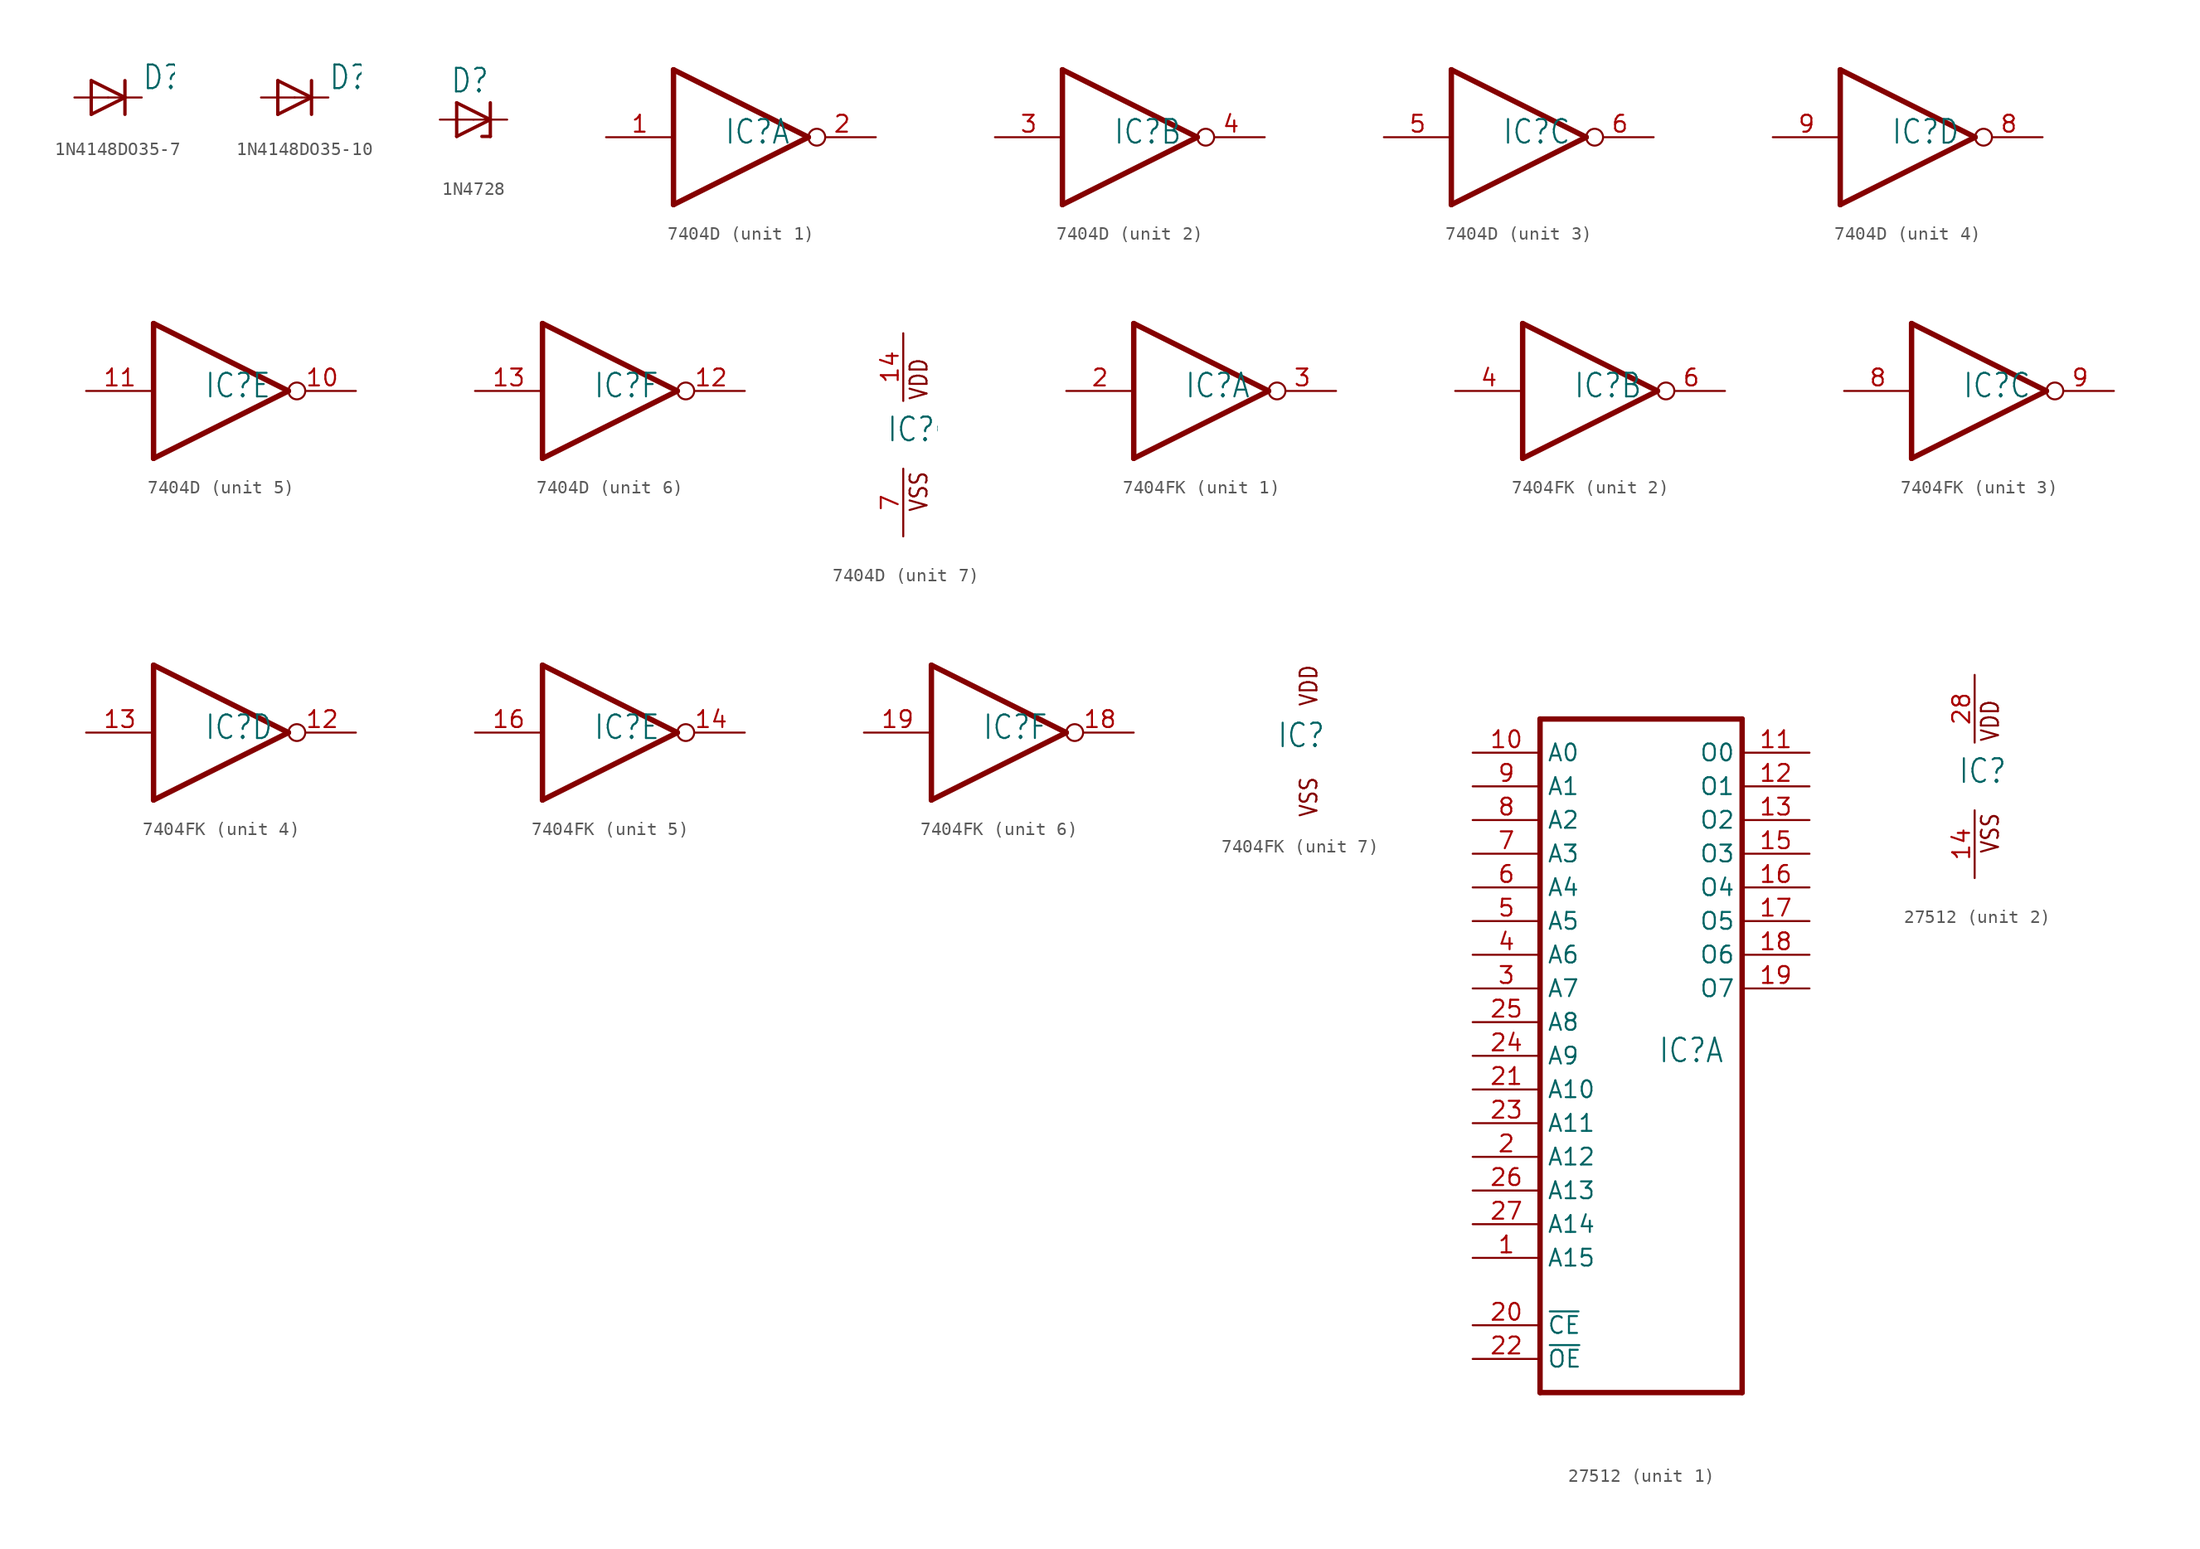
<source format=kicad_sym>
(kicad_symbol_lib
  (version 20220914)
  (generator kicad_symbol_editor)
  (symbol "1N4148DO35-7"
    (property "Reference" "D"
      (at 2.54 0.483 0)
      (effects (font (size 1.778 1.511)) (justify left bottom)))
    (property "Value" ""
      (at 2.54 -2.311 0)
      (effects (font (size 1.778 1.511)) (justify left bottom)))
    (property "ki_locked" ""
      (at 0 0 0)
      (effects (font (size 1.27 1.27))))
    (symbol "1N4148DO35-7_1_0"
      (polyline (pts (xy -1.27 -1.27) (xy 1.27 0)) (stroke (width 0.254) (type solid)) (fill (type none)))
      (polyline (pts (xy -1.27 1.27) (xy -1.27 -1.27)) (stroke (width 0.254) (type solid)) (fill (type none)))
      (polyline (pts (xy 1.27 0) (xy -1.27 1.27)) (stroke (width 0.254) (type solid)) (fill (type none)))
      (polyline (pts (xy 1.27 0) (xy 1.27 -1.27)) (stroke (width 0.254) (type solid)) (fill (type none)))
      (polyline (pts (xy 1.27 1.27) (xy 1.27 0)) (stroke (width 0.254) (type solid)) (fill (type none)))
      (pin passive line (at -2.54 0 0) (length 2.54) (name "A" (effects (font (size 0 0)))) (number "A" (effects (font (size 0 0)))))
      (pin passive line (at 2.54 0 180) (length 2.54) (name "C" (effects (font (size 0 0)))) (number "C" (effects (font (size 0 0)))))))
  (symbol "1N4148DO35-10"
    (property "Reference" "D"
      (at 2.54 0.483 0)
      (effects (font (size 1.778 1.511)) (justify left bottom)))
    (property "Value" ""
      (at 2.54 -2.311 0)
      (effects (font (size 1.778 1.511)) (justify left bottom)))
    (property "ki_locked" ""
      (at 0 0 0)
      (effects (font (size 1.27 1.27))))
    (symbol "1N4148DO35-10_1_0"
      (polyline (pts (xy -1.27 -1.27) (xy 1.27 0)) (stroke (width 0.254) (type solid)) (fill (type none)))
      (polyline (pts (xy -1.27 1.27) (xy -1.27 -1.27)) (stroke (width 0.254) (type solid)) (fill (type none)))
      (polyline (pts (xy 1.27 0) (xy -1.27 1.27)) (stroke (width 0.254) (type solid)) (fill (type none)))
      (polyline (pts (xy 1.27 0) (xy 1.27 -1.27)) (stroke (width 0.254) (type solid)) (fill (type none)))
      (polyline (pts (xy 1.27 1.27) (xy 1.27 0)) (stroke (width 0.254) (type solid)) (fill (type none)))
      (pin passive line (at -2.54 0 0) (length 2.54) (name "A" (effects (font (size 0 0)))) (number "A" (effects (font (size 0 0)))))
      (pin passive line (at 2.54 0 180) (length 2.54) (name "C" (effects (font (size 0 0)))) (number "C" (effects (font (size 0 0)))))))
  (symbol "1N4728"
    (property "Reference" "D"
      (at -1.778 1.905 0)
      (effects (font (size 1.778 1.511)) (justify left bottom)))
    (property "Value" ""
      (at -1.778 -3.429 0)
      (effects (font (size 1.778 1.511)) (justify left bottom)))
    (property "ki_locked" ""
      (at 0 0 0)
      (effects (font (size 1.27 1.27))))
    (symbol "1N4728_1_0"
      (polyline (pts (xy -1.27 -1.27) (xy 1.27 0)) (stroke (width 0.254) (type solid)) (fill (type none)))
      (polyline (pts (xy -1.27 1.27) (xy -1.27 -1.27)) (stroke (width 0.254) (type solid)) (fill (type none)))
      (polyline (pts (xy 1.27 -1.27) (xy 0.635 -1.27)) (stroke (width 0.254) (type solid)) (fill (type none)))
      (polyline (pts (xy 1.27 0) (xy -1.27 1.27)) (stroke (width 0.254) (type solid)) (fill (type none)))
      (polyline (pts (xy 1.27 0) (xy 1.27 -1.27)) (stroke (width 0.254) (type solid)) (fill (type none)))
      (polyline (pts (xy 1.27 1.27) (xy 1.27 0)) (stroke (width 0.254) (type solid)) (fill (type none)))
      (pin passive line (at -2.54 0 0) (length 2.54) (name "A" (effects (font (size 0 0)))) (number "A" (effects (font (size 0 0)))))
      (pin passive line (at 2.54 0 180) (length 2.54) (name "C" (effects (font (size 0 0)))) (number "C" (effects (font (size 0 0)))))))
  (symbol "7404D"
    (property "Reference" "IC"
      (at -1.27 -0.635 0)
      (effects (font (size 1.778 1.511)) (justify left bottom)))
    (property "ki_locked" ""
      (at 0 0 0)
      (effects (font (size 1.27 1.27))))
    (symbol "7404D_1_0"
      (polyline (pts (xy -5.08 -5.08) (xy -5.08 5.08)) (stroke (width 0.406) (type solid)) (fill (type none)))
      (polyline (pts (xy -5.08 5.08) (xy 5.08 0)) (stroke (width 0.406) (type solid)) (fill (type none)))
      (polyline (pts (xy 5.08 0) (xy -5.08 -5.08)) (stroke (width 0.406) (type solid)) (fill (type none)))
      (pin input line (at -10.16 0 0) (length 5.08) (name "I" (effects (font (size 0 0)))) (number "1" (effects (font (size 1.27 1.27)))))
      (pin output inverted (at 10.16 0 180) (length 5.08) (name "O" (effects (font (size 0 0)))) (number "2" (effects (font (size 1.27 1.27))))))
    (symbol "7404D_2_0"
      (polyline (pts (xy -5.08 -5.08) (xy -5.08 5.08)) (stroke (width 0.406) (type solid)) (fill (type none)))
      (polyline (pts (xy -5.08 5.08) (xy 5.08 0)) (stroke (width 0.406) (type solid)) (fill (type none)))
      (polyline (pts (xy 5.08 0) (xy -5.08 -5.08)) (stroke (width 0.406) (type solid)) (fill (type none)))
      (pin input line (at -10.16 0 0) (length 5.08) (name "I" (effects (font (size 0 0)))) (number "3" (effects (font (size 1.27 1.27)))))
      (pin output inverted (at 10.16 0 180) (length 5.08) (name "O" (effects (font (size 0 0)))) (number "4" (effects (font (size 1.27 1.27))))))
    (symbol "7404D_3_0"
      (polyline (pts (xy -5.08 -5.08) (xy -5.08 5.08)) (stroke (width 0.406) (type solid)) (fill (type none)))
      (polyline (pts (xy -5.08 5.08) (xy 5.08 0)) (stroke (width 0.406) (type solid)) (fill (type none)))
      (polyline (pts (xy 5.08 0) (xy -5.08 -5.08)) (stroke (width 0.406) (type solid)) (fill (type none)))
      (pin input line (at -10.16 0 0) (length 5.08) (name "I" (effects (font (size 0 0)))) (number "5" (effects (font (size 1.27 1.27)))))
      (pin output inverted (at 10.16 0 180) (length 5.08) (name "O" (effects (font (size 0 0)))) (number "6" (effects (font (size 1.27 1.27))))))
    (symbol "7404D_4_0"
      (polyline (pts (xy -5.08 -5.08) (xy -5.08 5.08)) (stroke (width 0.406) (type solid)) (fill (type none)))
      (polyline (pts (xy -5.08 5.08) (xy 5.08 0)) (stroke (width 0.406) (type solid)) (fill (type none)))
      (polyline (pts (xy 5.08 0) (xy -5.08 -5.08)) (stroke (width 0.406) (type solid)) (fill (type none)))
      (pin output inverted (at 10.16 0 180) (length 5.08) (name "O" (effects (font (size 0 0)))) (number "8" (effects (font (size 1.27 1.27)))))
      (pin input line (at -10.16 0 0) (length 5.08) (name "I" (effects (font (size 0 0)))) (number "9" (effects (font (size 1.27 1.27))))))
    (symbol "7404D_5_0"
      (polyline (pts (xy -5.08 -5.08) (xy -5.08 5.08)) (stroke (width 0.406) (type solid)) (fill (type none)))
      (polyline (pts (xy -5.08 5.08) (xy 5.08 0)) (stroke (width 0.406) (type solid)) (fill (type none)))
      (polyline (pts (xy 5.08 0) (xy -5.08 -5.08)) (stroke (width 0.406) (type solid)) (fill (type none)))
      (pin output inverted (at 10.16 0 180) (length 5.08) (name "O" (effects (font (size 0 0)))) (number "10" (effects (font (size 1.27 1.27)))))
      (pin input line (at -10.16 0 0) (length 5.08) (name "I" (effects (font (size 0 0)))) (number "11" (effects (font (size 1.27 1.27))))))
    (symbol "7404D_6_0"
      (polyline (pts (xy -5.08 -5.08) (xy -5.08 5.08)) (stroke (width 0.406) (type solid)) (fill (type none)))
      (polyline (pts (xy -5.08 5.08) (xy 5.08 0)) (stroke (width 0.406) (type solid)) (fill (type none)))
      (polyline (pts (xy 5.08 0) (xy -5.08 -5.08)) (stroke (width 0.406) (type solid)) (fill (type none)))
      (pin output inverted (at 10.16 0 180) (length 5.08) (name "O" (effects (font (size 0 0)))) (number "12" (effects (font (size 1.27 1.27)))))
      (pin input line (at -10.16 0 0) (length 5.08) (name "I" (effects (font (size 0 0)))) (number "13" (effects (font (size 1.27 1.27))))))
    (symbol "7404D_7_0"
      (text "VDD" (at 1.905 2.54 900) (effects (font (size 1.27 1.079)) (justify left bottom)))
      (text "VSS" (at 1.905 -5.842 900) (effects (font (size 1.27 1.079)) (justify left bottom)))
      (pin power_in line (at 0 7.62 270) (length 5.08) (name "VDD" (effects (font (size 0 0)))) (number "14" (effects (font (size 1.27 1.27)))))
      (pin power_in line (at 0 -7.62 90) (length 5.08) (name "VSS" (effects (font (size 0 0)))) (number "7" (effects (font (size 1.27 1.27)))))))
  (symbol "7404FK"
    (property "Reference" "IC"
      (at -1.27 -0.635 0)
      (effects (font (size 1.778 1.511)) (justify left bottom)))
    (property "ki_locked" ""
      (at 0 0 0)
      (effects (font (size 1.27 1.27))))
    (symbol "7404FK_1_0"
      (polyline (pts (xy -5.08 -5.08) (xy -5.08 5.08)) (stroke (width 0.406) (type solid)) (fill (type none)))
      (polyline (pts (xy -5.08 5.08) (xy 5.08 0)) (stroke (width 0.406) (type solid)) (fill (type none)))
      (polyline (pts (xy 5.08 0) (xy -5.08 -5.08)) (stroke (width 0.406) (type solid)) (fill (type none)))
      (pin input line (at -10.16 0 0) (length 5.08) (name "I" (effects (font (size 0 0)))) (number "2" (effects (font (size 1.27 1.27)))))
      (pin output inverted (at 10.16 0 180) (length 5.08) (name "O" (effects (font (size 0 0)))) (number "3" (effects (font (size 1.27 1.27))))))
    (symbol "7404FK_2_0"
      (polyline (pts (xy -5.08 -5.08) (xy -5.08 5.08)) (stroke (width 0.406) (type solid)) (fill (type none)))
      (polyline (pts (xy -5.08 5.08) (xy 5.08 0)) (stroke (width 0.406) (type solid)) (fill (type none)))
      (polyline (pts (xy 5.08 0) (xy -5.08 -5.08)) (stroke (width 0.406) (type solid)) (fill (type none)))
      (pin input line (at -10.16 0 0) (length 5.08) (name "I" (effects (font (size 0 0)))) (number "4" (effects (font (size 1.27 1.27)))))
      (pin output inverted (at 10.16 0 180) (length 5.08) (name "O" (effects (font (size 0 0)))) (number "6" (effects (font (size 1.27 1.27))))))
    (symbol "7404FK_3_0"
      (polyline (pts (xy -5.08 -5.08) (xy -5.08 5.08)) (stroke (width 0.406) (type solid)) (fill (type none)))
      (polyline (pts (xy -5.08 5.08) (xy 5.08 0)) (stroke (width 0.406) (type solid)) (fill (type none)))
      (polyline (pts (xy 5.08 0) (xy -5.08 -5.08)) (stroke (width 0.406) (type solid)) (fill (type none)))
      (pin input line (at -10.16 0 0) (length 5.08) (name "I" (effects (font (size 0 0)))) (number "8" (effects (font (size 1.27 1.27)))))
      (pin output inverted (at 10.16 0 180) (length 5.08) (name "O" (effects (font (size 0 0)))) (number "9" (effects (font (size 1.27 1.27))))))
    (symbol "7404FK_4_0"
      (polyline (pts (xy -5.08 -5.08) (xy -5.08 5.08)) (stroke (width 0.406) (type solid)) (fill (type none)))
      (polyline (pts (xy -5.08 5.08) (xy 5.08 0)) (stroke (width 0.406) (type solid)) (fill (type none)))
      (polyline (pts (xy 5.08 0) (xy -5.08 -5.08)) (stroke (width 0.406) (type solid)) (fill (type none)))
      (pin output inverted (at 10.16 0 180) (length 5.08) (name "O" (effects (font (size 0 0)))) (number "12" (effects (font (size 1.27 1.27)))))
      (pin input line (at -10.16 0 0) (length 5.08) (name "I" (effects (font (size 0 0)))) (number "13" (effects (font (size 1.27 1.27))))))
    (symbol "7404FK_5_0"
      (polyline (pts (xy -5.08 -5.08) (xy -5.08 5.08)) (stroke (width 0.406) (type solid)) (fill (type none)))
      (polyline (pts (xy -5.08 5.08) (xy 5.08 0)) (stroke (width 0.406) (type solid)) (fill (type none)))
      (polyline (pts (xy 5.08 0) (xy -5.08 -5.08)) (stroke (width 0.406) (type solid)) (fill (type none)))
      (pin output inverted (at 10.16 0 180) (length 5.08) (name "O" (effects (font (size 0 0)))) (number "14" (effects (font (size 1.27 1.27)))))
      (pin input line (at -10.16 0 0) (length 5.08) (name "I" (effects (font (size 0 0)))) (number "16" (effects (font (size 1.27 1.27))))))
    (symbol "7404FK_6_0"
      (polyline (pts (xy -5.08 -5.08) (xy -5.08 5.08)) (stroke (width 0.406) (type solid)) (fill (type none)))
      (polyline (pts (xy -5.08 5.08) (xy 5.08 0)) (stroke (width 0.406) (type solid)) (fill (type none)))
      (polyline (pts (xy 5.08 0) (xy -5.08 -5.08)) (stroke (width 0.406) (type solid)) (fill (type none)))
      (pin output inverted (at 10.16 0 180) (length 5.08) (name "O" (effects (font (size 0 0)))) (number "18" (effects (font (size 1.27 1.27)))))
      (pin input line (at -10.16 0 0) (length 5.08) (name "I" (effects (font (size 0 0)))) (number "19" (effects (font (size 1.27 1.27))))))
    (symbol "7404FK_7_0"
      (text "VDD" (at 1.905 2.54 900) (effects (font (size 1.27 1.079)) (justify left bottom)))
      (text "VSS" (at 1.905 -5.842 900) (effects (font (size 1.27 1.079)) (justify left bottom)))))
  (symbol "27512"
    (property "Reference" "IC"
      (at -1.27 -0.635 0)
      (effects (font (size 1.778 1.511)) (justify left bottom)))
    (property "ki_locked" ""
      (at 0 0 0)
      (effects (font (size 1.27 1.27))))
    (symbol "27512_1_0"
      (polyline (pts (xy -10.16 -25.4) (xy 5.08 -25.4)) (stroke (width 0.406) (type solid)) (fill (type none)))
      (polyline (pts (xy -10.16 25.4) (xy -10.16 -25.4)) (stroke (width 0.406) (type solid)) (fill (type none)))
      (polyline (pts (xy 5.08 -25.4) (xy 5.08 25.4)) (stroke (width 0.406) (type solid)) (fill (type none)))
      (polyline (pts (xy 5.08 25.4) (xy -10.16 25.4)) (stroke (width 0.406) (type solid)) (fill (type none)))
      (pin input line (at -15.24 -15.24 0) (length 5.08) (name "A15" (effects (font (size 1.27 1.27)))) (number "1" (effects (font (size 1.27 1.27)))))
      (pin input line (at -15.24 22.86 0) (length 5.08) (name "A0" (effects (font (size 1.27 1.27)))) (number "10" (effects (font (size 1.27 1.27)))))
      (pin tri_state line (at 10.16 22.86 180) (length 5.08) (name "O0" (effects (font (size 1.27 1.27)))) (number "11" (effects (font (size 1.27 1.27)))))
      (pin tri_state line (at 10.16 20.32 180) (length 5.08) (name "O1" (effects (font (size 1.27 1.27)))) (number "12" (effects (font (size 1.27 1.27)))))
      (pin tri_state line (at 10.16 17.78 180) (length 5.08) (name "O2" (effects (font (size 1.27 1.27)))) (number "13" (effects (font (size 1.27 1.27)))))
      (pin tri_state line (at 10.16 15.24 180) (length 5.08) (name "O3" (effects (font (size 1.27 1.27)))) (number "15" (effects (font (size 1.27 1.27)))))
      (pin tri_state line (at 10.16 12.7 180) (length 5.08) (name "O4" (effects (font (size 1.27 1.27)))) (number "16" (effects (font (size 1.27 1.27)))))
      (pin tri_state line (at 10.16 10.16 180) (length 5.08) (name "O5" (effects (font (size 1.27 1.27)))) (number "17" (effects (font (size 1.27 1.27)))))
      (pin tri_state line (at 10.16 7.62 180) (length 5.08) (name "O6" (effects (font (size 1.27 1.27)))) (number "18" (effects (font (size 1.27 1.27)))))
      (pin tri_state line (at 10.16 5.08 180) (length 5.08) (name "O7" (effects (font (size 1.27 1.27)))) (number "19" (effects (font (size 1.27 1.27)))))
      (pin input line (at -15.24 -7.62 0) (length 5.08) (name "A12" (effects (font (size 1.27 1.27)))) (number "2" (effects (font (size 1.27 1.27)))))
      (pin input line (at -15.24 -20.32 0) (length 5.08) (name "~{CE}" (effects (font (size 1.27 1.27)))) (number "20" (effects (font (size 1.27 1.27)))))
      (pin input line (at -15.24 -2.54 0) (length 5.08) (name "A10" (effects (font (size 1.27 1.27)))) (number "21" (effects (font (size 1.27 1.27)))))
      (pin input line (at -15.24 -22.86 0) (length 5.08) (name "~{OE}" (effects (font (size 1.27 1.27)))) (number "22" (effects (font (size 1.27 1.27)))))
      (pin input line (at -15.24 -5.08 0) (length 5.08) (name "A11" (effects (font (size 1.27 1.27)))) (number "23" (effects (font (size 1.27 1.27)))))
      (pin input line (at -15.24 0 0) (length 5.08) (name "A9" (effects (font (size 1.27 1.27)))) (number "24" (effects (font (size 1.27 1.27)))))
      (pin input line (at -15.24 2.54 0) (length 5.08) (name "A8" (effects (font (size 1.27 1.27)))) (number "25" (effects (font (size 1.27 1.27)))))
      (pin input line (at -15.24 -10.16 0) (length 5.08) (name "A13" (effects (font (size 1.27 1.27)))) (number "26" (effects (font (size 1.27 1.27)))))
      (pin input line (at -15.24 -12.7 0) (length 5.08) (name "A14" (effects (font (size 1.27 1.27)))) (number "27" (effects (font (size 1.27 1.27)))))
      (pin input line (at -15.24 5.08 0) (length 5.08) (name "A7" (effects (font (size 1.27 1.27)))) (number "3" (effects (font (size 1.27 1.27)))))
      (pin input line (at -15.24 7.62 0) (length 5.08) (name "A6" (effects (font (size 1.27 1.27)))) (number "4" (effects (font (size 1.27 1.27)))))
      (pin input line (at -15.24 10.16 0) (length 5.08) (name "A5" (effects (font (size 1.27 1.27)))) (number "5" (effects (font (size 1.27 1.27)))))
      (pin input line (at -15.24 12.7 0) (length 5.08) (name "A4" (effects (font (size 1.27 1.27)))) (number "6" (effects (font (size 1.27 1.27)))))
      (pin input line (at -15.24 15.24 0) (length 5.08) (name "A3" (effects (font (size 1.27 1.27)))) (number "7" (effects (font (size 1.27 1.27)))))
      (pin input line (at -15.24 17.78 0) (length 5.08) (name "A2" (effects (font (size 1.27 1.27)))) (number "8" (effects (font (size 1.27 1.27)))))
      (pin input line (at -15.24 20.32 0) (length 5.08) (name "A1" (effects (font (size 1.27 1.27)))) (number "9" (effects (font (size 1.27 1.27))))))
    (symbol "27512_2_0"
      (text "VDD" (at 1.905 2.54 900) (effects (font (size 1.27 1.079)) (justify left bottom)))
      (text "VSS" (at 1.905 -5.842 900) (effects (font (size 1.27 1.079)) (justify left bottom)))
      (pin power_in line (at 0 -7.62 90) (length 5.08) (name "VSS" (effects (font (size 0 0)))) (number "14" (effects (font (size 1.27 1.27)))))
      (pin power_in line (at 0 7.62 270) (length 5.08) (name "VDD" (effects (font (size 0 0)))) (number "28" (effects (font (size 1.27 1.27))))))))
</source>
